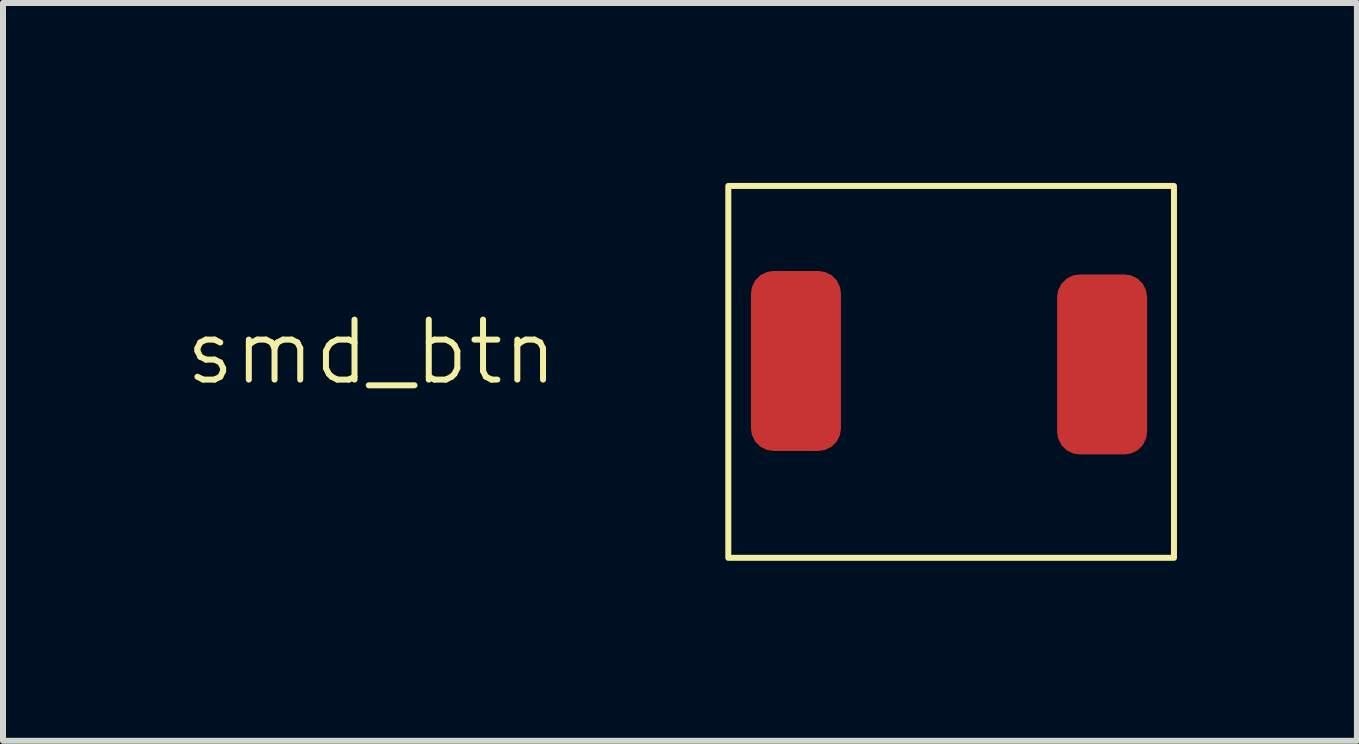
<source format=kicad_pcb>
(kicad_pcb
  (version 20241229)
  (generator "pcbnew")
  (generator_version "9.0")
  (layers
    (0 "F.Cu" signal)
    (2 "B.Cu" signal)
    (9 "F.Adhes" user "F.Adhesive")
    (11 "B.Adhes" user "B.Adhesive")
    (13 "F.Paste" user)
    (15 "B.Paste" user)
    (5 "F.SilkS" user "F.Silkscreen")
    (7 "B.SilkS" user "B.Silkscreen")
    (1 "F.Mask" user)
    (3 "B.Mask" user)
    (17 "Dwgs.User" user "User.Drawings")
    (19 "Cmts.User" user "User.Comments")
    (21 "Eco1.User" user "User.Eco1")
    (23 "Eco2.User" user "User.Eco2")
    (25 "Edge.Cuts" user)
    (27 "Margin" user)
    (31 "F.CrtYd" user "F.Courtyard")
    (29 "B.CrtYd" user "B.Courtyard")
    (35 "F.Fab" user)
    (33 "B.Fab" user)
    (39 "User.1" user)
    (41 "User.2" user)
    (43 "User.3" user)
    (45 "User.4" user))
  (footprint "smd_btn"
    (layer "F.Cu")
    (at 12.696 2.948)
    (property "Reference" "smd_btn" (at -9.55 -0.127 0) (unlocked yes) (layer "F.SilkS") (effects (font (size 1 1) (thickness 0.1))))
    (attr smd)
    (fp_rect (start -3.604 -2.898) (end 3.826 3.302) (stroke (width 0.1) (type default)) (fill no) (layer "F.SilkS"))
    (pad "1" smd roundrect (at -2.476 0.02) (size 1.5 3) (layers "F.Cu" "F.Mask" "F.Paste") (roundrect_rratio 0.25))
    (pad "2" smd roundrect (at 2.628 0.078) (size 1.5 3) (layers "F.Cu" "F.Mask" "F.Paste") (roundrect_rratio 0.25)))
  (gr_rect
    (start -3 -3)
    (end 19.572 9.3)
    (stroke (width 0.1) (type default))
    (fill no)
    (layer "Edge.Cuts")))
</source>
